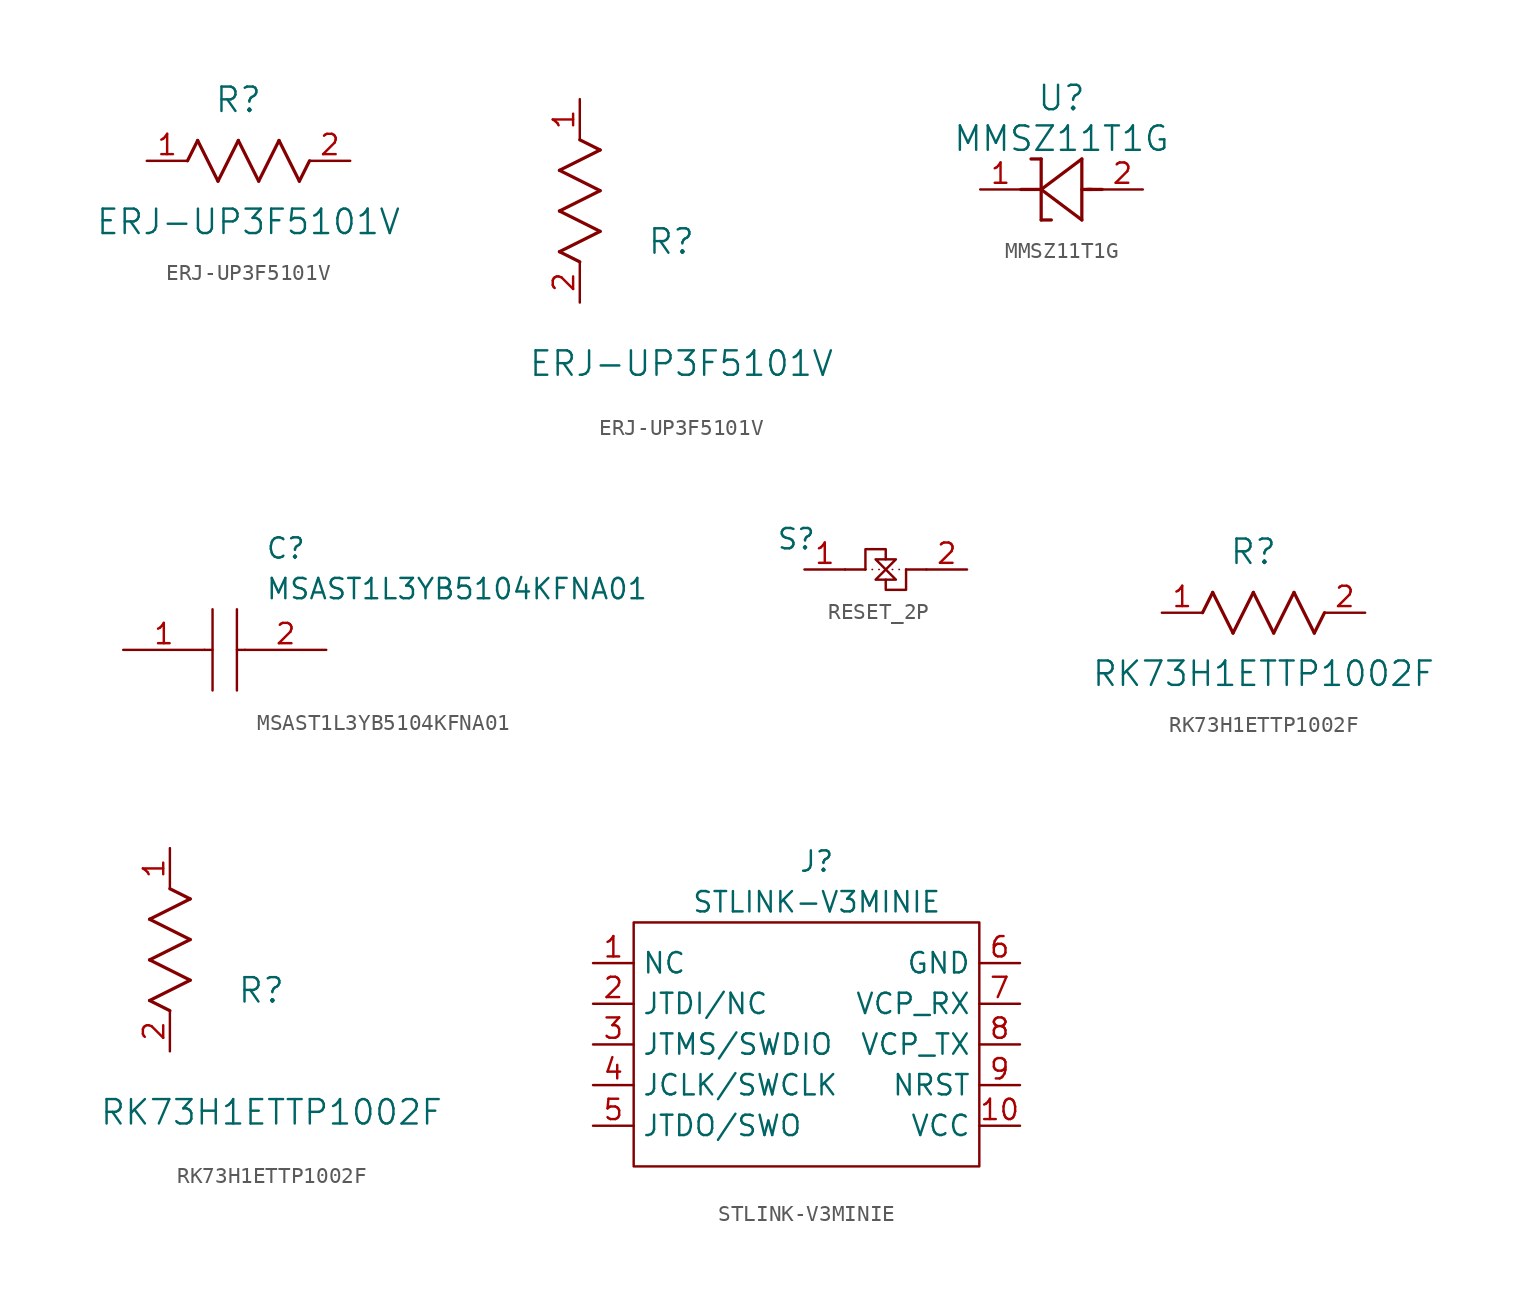
<source format=kicad_sym>
(kicad_symbol_lib
  (version 20220914)
  (generator kicad_symbol_editor)
  (symbol "ERJ-UP3F5101V"
    (pin_names
      (offset 0.254))
    (property "Reference" "R"
      (at 5.715 3.81 0)
      (effects (font (size 1.524 1.524))))
    (property "Value" "ERJ-UP3F5101V"
      (at 6.35 -3.81 0)
      (effects (font (size 1.524 1.524))))
    (property "ki_locked" ""
      (at 0 0 0)
      (effects (font (size 1.27 1.27))))
    (symbol "ERJ-UP3F5101V_1_1"
      (polyline (pts (xy 2.54 0) (xy 3.175 1.27)) (stroke (width 0.203) (type default)) (fill (type none)))
      (polyline (pts (xy 3.175 1.27) (xy 4.445 -1.27)) (stroke (width 0.203) (type default)) (fill (type none)))
      (polyline (pts (xy 4.445 -1.27) (xy 5.715 1.27)) (stroke (width 0.203) (type default)) (fill (type none)))
      (polyline (pts (xy 5.715 1.27) (xy 6.985 -1.27)) (stroke (width 0.203) (type default)) (fill (type none)))
      (polyline (pts (xy 6.985 -1.27) (xy 8.255 1.27)) (stroke (width 0.203) (type default)) (fill (type none)))
      (polyline (pts (xy 8.255 1.27) (xy 9.525 -1.27)) (stroke (width 0.203) (type default)) (fill (type none)))
      (polyline (pts (xy 9.525 -1.27) (xy 10.16 0)) (stroke (width 0.203) (type default)) (fill (type none)))
      (pin unspecified line (at 0 0 0) (length 2.54) (name "" (effects (font (size 1.27 1.27)))) (number "1" (effects (font (size 1.27 1.27)))))
      (pin unspecified line (at 12.7 0 180) (length 2.54) (name "" (effects (font (size 1.27 1.27)))) (number "2" (effects (font (size 1.27 1.27))))))
    (symbol "ERJ-UP3F5101V_1_2"
      (polyline (pts (xy -1.27 3.175) (xy 1.27 4.445)) (stroke (width 0.203) (type default)) (fill (type none)))
      (polyline (pts (xy -1.27 5.715) (xy 1.27 6.985)) (stroke (width 0.203) (type default)) (fill (type none)))
      (polyline (pts (xy -1.27 8.255) (xy 1.27 9.525)) (stroke (width 0.203) (type default)) (fill (type none)))
      (polyline (pts (xy 0 2.54) (xy -1.27 3.175)) (stroke (width 0.203) (type default)) (fill (type none)))
      (polyline (pts (xy 1.27 4.445) (xy -1.27 5.715)) (stroke (width 0.203) (type default)) (fill (type none)))
      (polyline (pts (xy 1.27 6.985) (xy -1.27 8.255)) (stroke (width 0.203) (type default)) (fill (type none)))
      (polyline (pts (xy 1.27 9.525) (xy 0 10.16)) (stroke (width 0.203) (type default)) (fill (type none)))
      (pin unspecified line (at 0 12.7 270) (length 2.54) (name "" (effects (font (size 1.27 1.27)))) (number "1" (effects (font (size 1.27 1.27)))))
      (pin unspecified line (at 0 0 90) (length 2.54) (name "" (effects (font (size 1.27 1.27)))) (number "2" (effects (font (size 1.27 1.27)))))))
  (symbol "MMSZ11T1G"
    (pin_names
      (offset 0.254))
    (property "Reference" "U"
      (at 5.08 5.715 0)
      (effects (font (size 1.524 1.524))))
    (property "Value" "MMSZ11T1G"
      (at 5.08 3.175 0)
      (effects (font (size 1.524 1.524))))
    (property "ki_locked" ""
      (at 0 0 0)
      (effects (font (size 1.27 1.27))))
    (symbol "MMSZ11T1G_0_1"
      (polyline (pts (xy 3.175 1.905) (xy 3.81 1.905)) (stroke (width 0.203) (type default)) (fill (type none)))
      (polyline (pts (xy 3.81 0) (xy 2.54 0)) (stroke (width 0.203) (type default)) (fill (type none)))
      (polyline (pts (xy 3.81 0) (xy 6.35 -1.905)) (stroke (width 0.203) (type default)) (fill (type none)))
      (polyline (pts (xy 3.81 1.905) (xy 3.81 -1.905)) (stroke (width 0.203) (type default)) (fill (type none)))
      (polyline (pts (xy 4.445 -1.905) (xy 3.81 -1.905)) (stroke (width 0.203) (type default)) (fill (type none)))
      (polyline (pts (xy 6.35 -1.905) (xy 6.35 1.905)) (stroke (width 0.203) (type default)) (fill (type none)))
      (polyline (pts (xy 6.35 1.905) (xy 3.81 0)) (stroke (width 0.203) (type default)) (fill (type none)))
      (polyline (pts (xy 6.985 0) (xy 6.35 0)) (stroke (width 0.203) (type default)) (fill (type none)))
      (polyline (pts (xy 7.62 0) (xy 6.68 0)) (stroke (width 0.203) (type default)) (fill (type none)))
      (pin unspecified line (at 0 0 0) (length 2.54) (name "" (effects (font (size 1.27 1.27)))) (number "1" (effects (font (size 1.27 1.27)))))
      (pin unspecified line (at 10.16 0 180) (length 2.54) (name "" (effects (font (size 1.27 1.27)))) (number "2" (effects (font (size 1.27 1.27)))))))
  (symbol "MSAST1L3YB5104KFNA01"
    (pin_names
      (offset 0.762))
    (property "Reference" "C"
      (at 8.89 6.35 0)
      (effects (font (size 1.27 1.27)) (justify left)))
    (property "Value" "MSAST1L3YB5104KFNA01"
      (at 8.89 3.81 0)
      (effects (font (size 1.27 1.27)) (justify left)))
    (symbol "MSAST1L3YB5104KFNA01_0_0"
      (pin passive line (at 0 0 0) (length 5.08) (name "~" (effects (font (size 1.27 1.27)))) (number "1" (effects (font (size 1.27 1.27)))))
      (pin passive line (at 12.7 0 180) (length 5.08) (name "~" (effects (font (size 1.27 1.27)))) (number "2" (effects (font (size 1.27 1.27))))))
    (symbol "MSAST1L3YB5104KFNA01_0_1"
      (polyline (pts (xy 5.08 0) (xy 5.588 0)) (stroke (width 0.152) (type solid)) (fill (type none)))
      (polyline (pts (xy 5.588 2.54) (xy 5.588 -2.54)) (stroke (width 0.152) (type solid)) (fill (type none)))
      (polyline (pts (xy 7.112 0) (xy 7.62 0)) (stroke (width 0.152) (type solid)) (fill (type none)))
      (polyline (pts (xy 7.112 2.54) (xy 7.112 -2.54)) (stroke (width 0.152) (type solid)) (fill (type none)))))
  (symbol "RESET_2P"
    (property "Reference" "S"
      (at -0.508 0 0)
      (effects (font (size 1.27 1.27))))
    (property "Value" ""
      (at 0 0 0)
      (effects (font (size 1.27 1.27))))
    (symbol "RESET_2P_0_1"
      (polyline (pts (xy 2.54 -1.905) (xy 3.81 -1.905)) (stroke (width 0) (type default)) (fill (type none)))
      (polyline (pts (xy 6.35 -1.905) (xy 3.81 -1.905)) (stroke (width 0.1) (type dot)) (fill (type none)))
      (polyline (pts (xy 7.62 -1.905) (xy 6.35 -1.905)) (stroke (width 0) (type default)) (fill (type none)))
      (polyline (pts (xy 3.81 -1.905) (xy 3.81 -0.635) (xy 5.08 -0.635) (xy 5.08 -1.27)) (stroke (width 0) (type default)) (fill (type none)))
      (polyline (pts (xy 4.445 -2.54) (xy 5.08 -1.905) (xy 5.715 -2.54) (xy 4.445 -2.54)) (stroke (width 0) (type default)) (fill (type none)))
      (polyline (pts (xy 5.715 -1.27) (xy 5.08 -1.905) (xy 4.445 -1.27) (xy 5.715 -1.27)) (stroke (width 0) (type default)) (fill (type none)))
      (polyline (pts (xy 6.35 -1.905) (xy 6.35 -3.175) (xy 5.08 -3.175) (xy 5.08 -2.54)) (stroke (width 0) (type default)) (fill (type none))))
    (symbol "RESET_2P_1_1"
      (pin passive line (at 0 -1.905 0) (length 2.54) (name "" (effects (font (size 1.27 1.27)))) (number "1" (effects (font (size 1.27 1.27)))))
      (pin passive line (at 10.16 -1.905 180) (length 2.54) (name "" (effects (font (size 1.27 1.27)))) (number "2" (effects (font (size 1.27 1.27)))))))
  (symbol "RK73H1ETTP1002F"
    (pin_names
      (offset 0.254))
    (property "Reference" "R"
      (at 5.715 3.81 0)
      (effects (font (size 1.524 1.524))))
    (property "Value" "RK73H1ETTP1002F"
      (at 6.35 -3.81 0)
      (effects (font (size 1.524 1.524))))
    (symbol "RK73H1ETTP1002F_1_1"
      (polyline (pts (xy 3.175 1.27) (xy 4.445 -1.27)) (stroke (width 0.203) (type default) (color 0 0 0 0)) (fill (type none)))
      (polyline (pts (xy 4.445 -1.27) (xy 5.715 1.27)) (stroke (width 0.203) (type default) (color 0 0 0 0)) (fill (type none)))
      (polyline (pts (xy 5.715 1.27) (xy 6.985 -1.27)) (stroke (width 0.203) (type default) (color 0 0 0 0)) (fill (type none)))
      (polyline (pts (xy 6.985 -1.27) (xy 8.255 1.27)) (stroke (width 0.203) (type default) (color 0 0 0 0)) (fill (type none)))
      (polyline (pts (xy 8.255 1.27) (xy 9.525 -1.27)) (stroke (width 0.203) (type default) (color 0 0 0 0)) (fill (type none)))
      (polyline (pts (xy 2.54 0) (xy 3.175 1.27)) (stroke (width 0.203) (type default) (color 0 0 0 0)) (fill (type none)))
      (polyline (pts (xy 9.525 -1.27) (xy 10.16 0)) (stroke (width 0.203) (type default) (color 0 0 0 0)) (fill (type none)))
      (pin unspecified line (at 0 0 0) (length 2.54) (name "" (effects (font (size 1.27 1.27)))) (number "1" (effects (font (size 1.27 1.27)))))
      (pin unspecified line (at 12.7 0 180) (length 2.54) (name "" (effects (font (size 1.27 1.27)))) (number "2" (effects (font (size 1.27 1.27))))))
    (symbol "RK73H1ETTP1002F_1_2"
      (polyline (pts (xy 0 2.54) (xy -1.27 3.175)) (stroke (width 0.203) (type default) (color 0 0 0 0)) (fill (type none)))
      (polyline (pts (xy -1.27 3.175) (xy 1.27 4.445)) (stroke (width 0.203) (type default) (color 0 0 0 0)) (fill (type none)))
      (polyline (pts (xy 1.27 4.445) (xy -1.27 5.715)) (stroke (width 0.203) (type default) (color 0 0 0 0)) (fill (type none)))
      (polyline (pts (xy -1.27 5.715) (xy 1.27 6.985)) (stroke (width 0.203) (type default) (color 0 0 0 0)) (fill (type none)))
      (polyline (pts (xy -1.27 8.255) (xy 1.27 9.525)) (stroke (width 0.203) (type default) (color 0 0 0 0)) (fill (type none)))
      (polyline (pts (xy 1.27 9.525) (xy 0 10.16)) (stroke (width 0.203) (type default) (color 0 0 0 0)) (fill (type none)))
      (polyline (pts (xy 1.27 6.985) (xy -1.27 8.255)) (stroke (width 0.203) (type default) (color 0 0 0 0)) (fill (type none)))
      (pin unspecified line (at 0 12.7 270) (length 2.54) (name "" (effects (font (size 1.27 1.27)))) (number "1" (effects (font (size 1.27 1.27)))))
      (pin unspecified line (at 0 0 90) (length 2.54) (name "" (effects (font (size 1.27 1.27)))) (number "2" (effects (font (size 1.27 1.27)))))))
  (symbol "STLINK-V3MINIE"
    (property "Reference" "J"
      (at 13.97 3.81 0)
      (effects (font (size 1.27 1.27))))
    (property "Value" "STLINK-V3MINIE"
      (at 13.97 1.27 0)
      (effects (font (size 1.27 1.27))))
    (symbol "STLINK-V3MINIE_0_0"
      (pin unspecified line (at 0 -2.54 0) (length 2.54) (name "NC" (effects (font (size 1.27 1.27)))) (number "1" (effects (font (size 1.27 1.27)))))
      (pin unspecified line (at 26.67 -12.7 180) (length 2.54) (name "VCC" (effects (font (size 1.27 1.27)))) (number "10" (effects (font (size 1.27 1.27)))))
      (pin unspecified line (at 0 -5.08 0) (length 2.54) (name "JTDI/NC" (effects (font (size 1.27 1.27)))) (number "2" (effects (font (size 1.27 1.27)))))
      (pin unspecified line (at 0 -7.62 0) (length 2.54) (name "JTMS/SWDIO" (effects (font (size 1.27 1.27)))) (number "3" (effects (font (size 1.27 1.27)))))
      (pin unspecified line (at 0 -10.16 0) (length 2.54) (name "JCLK/SWCLK" (effects (font (size 1.27 1.27)))) (number "4" (effects (font (size 1.27 1.27)))))
      (pin unspecified line (at 0 -12.7 0) (length 2.54) (name "JTDO/SWO" (effects (font (size 1.27 1.27)))) (number "5" (effects (font (size 1.27 1.27)))))
      (pin unspecified line (at 26.67 -2.54 180) (length 2.54) (name "GND" (effects (font (size 1.27 1.27)))) (number "6" (effects (font (size 1.27 1.27)))))
      (pin unspecified line (at 26.67 -5.08 180) (length 2.54) (name "VCP_RX" (effects (font (size 1.27 1.27)))) (number "7" (effects (font (size 1.27 1.27)))))
      (pin unspecified line (at 26.67 -7.62 180) (length 2.54) (name "VCP_TX" (effects (font (size 1.27 1.27)))) (number "8" (effects (font (size 1.27 1.27)))))
      (pin unspecified line (at 26.67 -10.16 180) (length 2.54) (name "NRST" (effects (font (size 1.27 1.27)))) (number "9" (effects (font (size 1.27 1.27))))))
    (symbol "STLINK-V3MINIE_0_1"
      (rectangle (start 2.54 0) (end 24.13 -15.24) (stroke (width 0) (type default)) (fill (type none))))))
</source>
